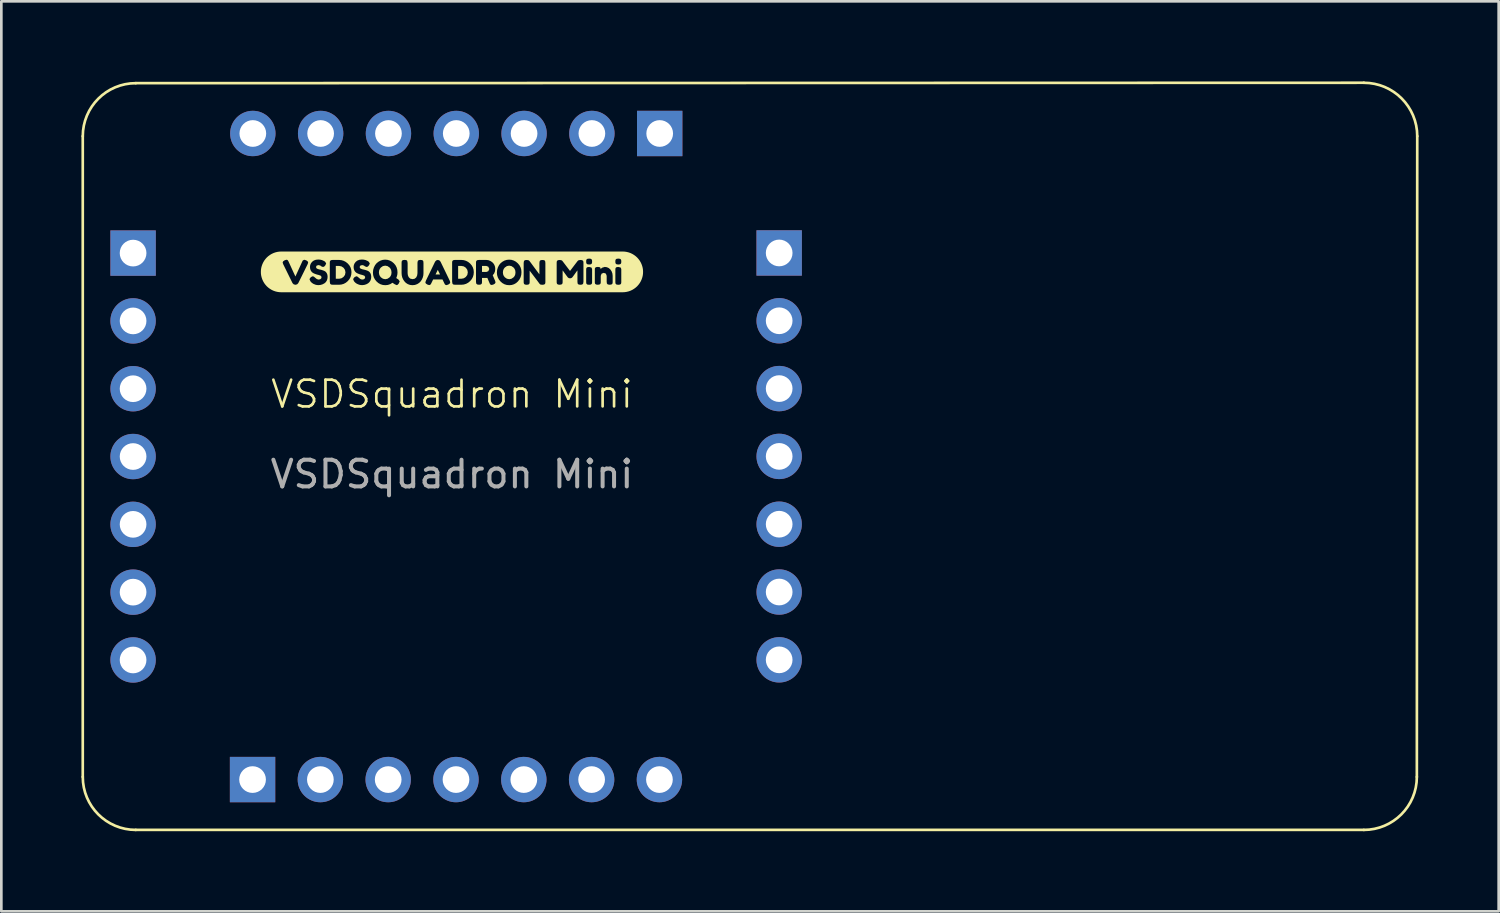
<source format=kicad_pcb>
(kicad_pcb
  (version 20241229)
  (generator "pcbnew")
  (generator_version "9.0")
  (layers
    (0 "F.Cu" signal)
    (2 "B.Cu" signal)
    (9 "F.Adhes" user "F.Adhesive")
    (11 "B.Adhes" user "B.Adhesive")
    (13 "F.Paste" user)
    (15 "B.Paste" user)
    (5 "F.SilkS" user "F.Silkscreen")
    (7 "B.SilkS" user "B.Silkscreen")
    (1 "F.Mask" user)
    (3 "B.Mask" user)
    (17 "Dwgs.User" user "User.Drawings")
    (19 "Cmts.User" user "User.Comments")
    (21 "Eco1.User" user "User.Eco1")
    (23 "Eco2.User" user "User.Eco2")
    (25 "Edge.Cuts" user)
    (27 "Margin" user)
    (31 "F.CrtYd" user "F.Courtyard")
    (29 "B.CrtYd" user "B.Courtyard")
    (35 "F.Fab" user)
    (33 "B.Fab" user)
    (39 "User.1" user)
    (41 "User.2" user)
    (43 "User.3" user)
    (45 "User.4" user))
  (footprint "VSDSquadron Mini"
    (layer "F.Cu")
    (at 13.879 12.214)
    (property "Reference" "VSDSquadron Mini" (at 0 -0.5 0) (unlocked yes) (layer "F.SilkS") (effects (font (size 1 1) (thickness 0.1))))
    (attr smd)
    (fp_line (start -13.829 -10.164) (end -13.829 13.836) (stroke (width 0.1) (type default)) (layer "F.SilkS"))
    (fp_line (start -11.844 15.821) (end 34.156 15.821) (stroke (width 0.1) (type default)) (layer "F.SilkS"))
    (fp_line (start 34.156 -12.164) (end -11.844 -12.149) (stroke (width 0.1) (type default)) (layer "F.SilkS"))
    (fp_line (start 36.141 13.836) (end 36.156 -10.164) (stroke (width 0.1) (type default)) (layer "F.SilkS"))
    (fp_arc (start -13.82851 -10.163567) (mid -13.247134 -11.567134) (end -11.843567 -12.14851) (stroke (width 0.1) (type default)) (layer "F.SilkS"))
    (fp_arc (start -11.843567 15.821376) (mid -13.247134 15.24) (end -13.82851 13.836433) (stroke (width 0.1) (type default)) (layer "F.SilkS"))
    (fp_arc (start 34.156433 -12.163567) (mid 35.570647 -11.577781) (end 36.156433 -10.163567) (stroke (width 0.1) (type default)) (layer "F.SilkS"))
    (fp_arc (start 36.141376 13.836433) (mid 35.56 15.24) (end 34.156433 15.821376) (stroke (width 0.1) (type default)) (layer "F.SilkS"))
    (fp_poly (pts (xy -0.531 -5.157) (xy -0.615 -4.983) (xy -0.446 -4.983) (xy -0.531 -5.157)) (stroke (width 0) (type solid)) (fill yes) (layer "F.SilkS"))
    (fp_poly (pts (xy 1.125 -5.078) (xy 1.288 -5.078) (xy 1.361 -5.106) (xy 1.398 -5.19) (xy 1.361 -5.274) (xy 1.285 -5.303) (xy 1.125 -5.303) (xy 1.125 -5.078)) (stroke (width 0) (type solid)) (fill yes) (layer "F.SilkS"))
    (fp_poly (pts (xy -4.229 -5.303) (xy -4.351 -5.303) (xy -4.351 -4.823) (xy -4.228 -4.823) (xy -4.141 -4.84) (xy -4.063 -4.891) (xy -4.007 -4.967) (xy -3.989 -5.062) (xy -4.007 -5.156) (xy -4.061 -5.234) (xy -4.139 -5.286) (xy -4.229 -5.303)) (stroke (width 0) (type solid)) (fill yes) (layer "F.SilkS"))
    (fp_poly (pts (xy 0.353 -5.303) (xy 0.231 -5.303) (xy 0.231 -4.823) (xy 0.354 -4.823) (xy 0.441 -4.84) (xy 0.519 -4.891) (xy 0.575 -4.967) (xy 0.593 -5.062) (xy 0.575 -5.156) (xy 0.521 -5.234) (xy 0.443 -5.286) (xy 0.353 -5.303)) (stroke (width 0) (type solid)) (fill yes) (layer "F.SilkS"))
    (fp_poly (pts (xy -2.736 -5.06) (xy -2.727 -4.99) (xy -2.703 -4.929) (xy -2.663 -4.877) (xy -2.585 -4.824) (xy -2.499 -4.806) (xy -2.414 -4.823) (xy -2.337 -4.875) (xy -2.297 -4.926) (xy -2.272 -4.987) (xy -2.264 -5.059) (xy -2.273 -5.131) (xy -2.297 -5.193) (xy -2.337 -5.244) (xy -2.415 -5.297) (xy -2.501 -5.314) (xy -2.586 -5.297) (xy -2.663 -5.244) (xy -2.703 -5.192) (xy -2.728 -5.131) (xy -2.736 -5.06)) (stroke (width 0) (type solid)) (fill yes) (layer "F.SilkS"))
    (fp_poly (pts (xy 1.908 -5.06) (xy 1.916 -4.99) (xy 1.94 -4.929) (xy 1.981 -4.877) (xy 2.058 -4.824) (xy 2.144 -4.806) (xy 2.229 -4.823) (xy 2.306 -4.875) (xy 2.347 -4.926) (xy 2.371 -4.987) (xy 2.379 -5.059) (xy 2.371 -5.131) (xy 2.346 -5.193) (xy 2.306 -5.244) (xy 2.228 -5.297) (xy 2.142 -5.314) (xy 2.057 -5.297) (xy 1.98 -5.244) (xy 1.94 -5.192) (xy 1.916 -5.131) (xy 1.908 -5.06)) (stroke (width 0) (type solid)) (fill yes) (layer "F.SilkS"))
    (fp_poly (pts (xy -6.342 -5.843) (xy -6.395 -5.843) (xy -6.47 -5.839) (xy -6.544 -5.828) (xy -6.617 -5.81) (xy -6.687 -5.785) (xy -6.755 -5.753) (xy -6.819 -5.714) (xy -6.879 -5.67) (xy -6.935 -5.62) (xy -6.985 -5.564) (xy -7.03 -5.504) (xy -7.068 -5.44) (xy -7.1 -5.372) (xy -7.125 -5.302) (xy -7.144 -5.229) (xy -7.155 -5.155) (xy -7.158 -5.08) (xy -7.155 -5.005) (xy -7.144 -4.931) (xy -7.125 -4.858) (xy -7.1 -4.788) (xy -7.068 -4.72) (xy -7.03 -4.656) (xy -6.985 -4.596) (xy -6.935 -4.54) (xy -6.879 -4.49) (xy -6.819 -4.446) (xy -6.755 -4.407) (xy -6.687 -4.375) (xy -6.617 -4.35) (xy -6.544 -4.332) (xy -6.47 -4.321) (xy -6.395 -4.317) (xy -6.342 -4.317) (xy -5.857 -4.317) (xy -5.857 -4.598) (xy -5.87 -4.598) (xy -5.93 -4.615) (xy -5.973 -4.66) (xy -6.323 -5.371) (xy -6.342 -5.432) (xy -6.324 -5.475) (xy -6.267 -5.514) (xy -6.203 -5.535) (xy -6.17 -5.53) (xy -6.148 -5.512) (xy -6.127 -5.479) (xy -6.11 -5.443) (xy -6.078 -5.373) (xy -6.037 -5.284) (xy -5.994 -5.189) (xy -5.95 -5.093) (xy -5.909 -5.004) (xy -5.877 -4.936) (xy -5.864 -4.907) (xy -5.61 -5.463) (xy -5.592 -5.501) (xy -5.536 -5.535) (xy -5.461 -5.514) (xy -5.405 -5.475) (xy -5.386 -5.432) (xy -5.405 -5.371) (xy -5.756 -4.66) (xy -5.798 -4.615) (xy -5.857 -4.598) (xy -5.857 -4.317) (xy -4.997 -4.317) (xy -4.997 -4.584) (xy -5.056 -4.588) (xy -5.11 -4.599) (xy -5.197 -4.635) (xy -5.254 -4.675) (xy -5.291 -4.714) (xy -5.302 -4.728) (xy -5.335 -4.801) (xy -5.322 -4.838) (xy -5.281 -4.886) (xy -5.213 -4.917) (xy -5.171 -4.901) (xy -5.114 -4.853) (xy -5.063 -4.812) (xy -5.003 -4.792) (xy -4.937 -4.803) (xy -4.898 -4.835) (xy -4.884 -4.889) (xy -4.917 -4.938) (xy -4.997 -4.966) (xy -5.048 -4.978) (xy -5.102 -4.995) (xy -5.156 -5.016) (xy -5.206 -5.041) (xy -5.25 -5.076) (xy -5.286 -5.126) (xy -5.311 -5.189) (xy -5.319 -5.265) (xy -5.31 -5.336) (xy -5.282 -5.401) (xy -5.236 -5.46) (xy -5.173 -5.506) (xy -5.098 -5.534) (xy -5.009 -5.543) (xy -4.936 -5.538) (xy -4.87 -5.523) (xy -4.783 -5.483) (xy -4.751 -5.459) (xy -4.712 -5.397) (xy -4.742 -5.327) (xy -4.786 -5.279) (xy -4.831 -5.264) (xy -4.897 -5.289) (xy -4.912 -5.302) (xy -4.931 -5.318) (xy -4.999 -5.335) (xy -5.068 -5.315) (xy -5.095 -5.26) (xy -5.063 -5.204) (xy -4.982 -5.175) (xy -4.932 -5.165) (xy -4.877 -5.151) (xy -4.822 -5.133) (xy -4.771 -5.112) (xy -4.727 -5.081) (xy -4.691 -5.033) (xy -4.666 -4.97) (xy -4.658 -4.894) (xy -4.667 -4.816) (xy -4.691 -4.749) (xy -4.729 -4.693) (xy -4.778 -4.651) (xy -4.848 -4.614) (xy -4.921 -4.592) (xy -4.997 -4.584) (xy -4.997 -4.317) (xy -4.232 -4.317) (xy -4.232 -4.598) (xy -4.464 -4.598) (xy -4.527 -4.606) (xy -4.561 -4.63) (xy -4.576 -4.711) (xy -4.576 -5.417) (xy -4.574 -5.462) (xy -4.562 -5.495) (xy -4.528 -5.52) (xy -4.463 -5.529) (xy -4.228 -5.528) (xy -4.139 -5.519) (xy -4.055 -5.494) (xy -3.977 -5.453) (xy -3.904 -5.395) (xy -3.843 -5.325) (xy -3.799 -5.247) (xy -3.773 -5.162) (xy -3.764 -5.069) (xy -3.773 -4.975) (xy -3.798 -4.889) (xy -3.841 -4.809) (xy -3.901 -4.736) (xy -3.973 -4.676) (xy -4.052 -4.633) (xy -4.138 -4.607) (xy -4.232 -4.598) (xy -4.232 -4.317) (xy -3.363 -4.317) (xy -3.363 -4.584) (xy -3.421 -4.588) (xy -3.476 -4.599) (xy -3.562 -4.635) (xy -3.619 -4.675) (xy -3.656 -4.714) (xy -3.668 -4.728) (xy -3.701 -4.801) (xy -3.687 -4.838) (xy -3.646 -4.886) (xy -3.579 -4.917) (xy -3.536 -4.901) (xy -3.48 -4.853) (xy -3.429 -4.812) (xy -3.368 -4.792) (xy -3.302 -4.803) (xy -3.263 -4.835) (xy -3.25 -4.889) (xy -3.282 -4.938) (xy -3.363 -4.966) (xy -3.413 -4.978) (xy -3.467 -4.995) (xy -3.521 -5.016) (xy -3.571 -5.041) (xy -3.616 -5.076) (xy -3.652 -5.126) (xy -3.676 -5.189) (xy -3.684 -5.265) (xy -3.675 -5.336) (xy -3.647 -5.401) (xy -3.601 -5.46) (xy -3.539 -5.506) (xy -3.463 -5.534) (xy -3.374 -5.543) (xy -3.302 -5.538) (xy -3.235 -5.523) (xy -3.148 -5.483) (xy -3.117 -5.459) (xy -3.077 -5.397) (xy -3.108 -5.327) (xy -3.152 -5.279) (xy -3.197 -5.264) (xy -3.263 -5.289) (xy -3.277 -5.302) (xy -3.297 -5.318) (xy -3.365 -5.335) (xy -3.433 -5.315) (xy -3.461 -5.26) (xy -3.428 -5.204) (xy -3.348 -5.175) (xy -3.297 -5.165) (xy -3.242 -5.151) (xy -3.187 -5.133) (xy -3.137 -5.112) (xy -3.093 -5.081) (xy -3.056 -5.033) (xy -3.032 -4.97) (xy -3.024 -4.894) (xy -3.032 -4.816) (xy -3.057 -4.749) (xy -3.095 -4.693) (xy -3.143 -4.651) (xy -3.213 -4.614) (xy -3.287 -4.592) (xy -3.363 -4.584) (xy -3.363 -4.317) (xy -2.493 -4.317) (xy -2.493 -4.582) (xy -2.588 -4.59) (xy -2.674 -4.616) (xy -2.754 -4.66) (xy -2.825 -4.721) (xy -2.884 -4.794) (xy -2.927 -4.874) (xy -2.952 -4.961) (xy -2.96 -5.054) (xy -2.951 -5.156) (xy -2.922 -5.251) (xy -2.878 -5.336) (xy -2.821 -5.406) (xy -2.752 -5.461) (xy -2.675 -5.504) (xy -2.591 -5.53) (xy -2.504 -5.539) (xy -2.414 -5.531) (xy -2.329 -5.505) (xy -2.25 -5.463) (xy -2.178 -5.403) (xy -2.117 -5.331) (xy -2.074 -5.249) (xy -2.048 -5.159) (xy -2.04 -5.059) (xy -2.045 -4.989) (xy -2.061 -4.919) (xy -2.087 -4.849) (xy -2.003 -4.792) (xy -1.957 -4.727) (xy -1.995 -4.64) (xy -2.034 -4.598) (xy -2.073 -4.584) (xy -2.146 -4.618) (xy -2.182 -4.642) (xy -2.228 -4.673) (xy -2.31 -4.622) (xy -2.398 -4.592) (xy -2.493 -4.582) (xy -2.493 -4.317) (xy -1.479 -4.317) (xy -1.479 -4.582) (xy -1.572 -4.592) (xy -1.655 -4.622) (xy -1.727 -4.669) (xy -1.784 -4.729) (xy -1.829 -4.798) (xy -1.862 -4.872) (xy -1.881 -4.951) (xy -1.887 -5.034) (xy -1.887 -5.416) (xy -1.885 -5.461) (xy -1.873 -5.495) (xy -1.839 -5.521) (xy -1.774 -5.529) (xy -1.709 -5.521) (xy -1.676 -5.495) (xy -1.661 -5.415) (xy -1.661 -5.034) (xy -1.652 -4.958) (xy -1.623 -4.886) (xy -1.566 -4.829) (xy -1.476 -4.808) (xy -1.395 -4.825) (xy -1.337 -4.876) (xy -1.303 -4.95) (xy -1.292 -5.035) (xy -1.292 -5.424) (xy -1.279 -5.493) (xy -1.242 -5.521) (xy -1.182 -5.529) (xy -1.124 -5.523) (xy -1.091 -5.507) (xy -1.074 -5.481) (xy -1.067 -5.415) (xy -1.067 -5.031) (xy -1.073 -4.949) (xy -1.093 -4.871) (xy -1.125 -4.797) (xy -1.171 -4.726) (xy -1.229 -4.668) (xy -1.302 -4.622) (xy -1.386 -4.592) (xy -1.479 -4.582) (xy -1.479 -4.317) (xy -0.205 -4.317) (xy -0.205 -4.584) (xy -0.246 -4.595) (xy -0.269 -4.62) (xy -0.288 -4.658) (xy -0.354 -4.795) (xy -0.706 -4.795) (xy -0.772 -4.658) (xy -0.792 -4.621) (xy -0.815 -4.597) (xy -0.855 -4.585) (xy -0.923 -4.607) (xy -0.979 -4.645) (xy -0.997 -4.688) (xy -0.975 -4.753) (xy -0.632 -5.463) (xy -0.59 -5.51) (xy -0.53 -5.528) (xy -0.47 -5.511) (xy -0.428 -5.462) (xy -0.085 -4.753) (xy -0.064 -4.688) (xy -0.082 -4.645) (xy -0.137 -4.606) (xy -0.205 -4.584) (xy -0.205 -4.317) (xy 0.351 -4.317) (xy 0.351 -4.598) (xy 0.118 -4.598) (xy 0.055 -4.606) (xy 0.022 -4.63) (xy 0.006 -4.711) (xy 0.006 -5.417) (xy 0.008 -5.462) (xy 0.02 -5.495) (xy 0.054 -5.52) (xy 0.119 -5.529) (xy 0.354 -5.528) (xy 0.444 -5.519) (xy 0.527 -5.494) (xy 0.606 -5.453) (xy 0.678 -5.395) (xy 0.739 -5.325) (xy 0.783 -5.247) (xy 0.809 -5.162) (xy 0.818 -5.069) (xy 0.809 -4.975) (xy 0.784 -4.889) (xy 0.741 -4.809) (xy 0.681 -4.736) (xy 0.609 -4.676) (xy 0.53 -4.633) (xy 0.444 -4.607) (xy 0.351 -4.598) (xy 0.351 -4.317) (xy 1.488 -4.317) (xy 1.488 -4.589) (xy 1.447 -4.601) (xy 1.424 -4.626) (xy 1.407 -4.662) (xy 1.374 -4.739) (xy 1.325 -4.856) (xy 1.285 -4.853) (xy 1.125 -4.853) (xy 1.125 -4.71) (xy 1.123 -4.666) (xy 1.111 -4.632) (xy 1.078 -4.607) (xy 1.012 -4.598) (xy 0.942 -4.61) (xy 0.908 -4.645) (xy 0.9 -4.711) (xy 0.9 -5.416) (xy 0.902 -5.46) (xy 0.914 -5.493) (xy 0.948 -5.519) (xy 1.013 -5.528) (xy 1.288 -5.528) (xy 1.362 -5.519) (xy 1.434 -5.492) (xy 1.505 -5.446) (xy 1.551 -5.4) (xy 1.589 -5.34) (xy 1.614 -5.269) (xy 1.622 -5.19) (xy 1.611 -5.1) (xy 1.579 -5.021) (xy 1.527 -4.954) (xy 1.549 -4.902) (xy 1.577 -4.835) (xy 1.613 -4.754) (xy 1.632 -4.688) (xy 1.612 -4.644) (xy 1.553 -4.607) (xy 1.488 -4.589) (xy 1.488 -4.317) (xy 2.146 -4.317) (xy 2.146 -4.582) (xy 2.053 -4.59) (xy 1.968 -4.616) (xy 1.889 -4.66) (xy 1.818 -4.721) (xy 1.759 -4.794) (xy 1.717 -4.874) (xy 1.691 -4.961) (xy 1.683 -5.054) (xy 1.692 -5.156) (xy 1.721 -5.251) (xy 1.765 -5.336) (xy 1.822 -5.406) (xy 1.891 -5.461) (xy 1.968 -5.504) (xy 2.052 -5.53) (xy 2.139 -5.539) (xy 2.23 -5.531) (xy 2.314 -5.505) (xy 2.393 -5.463) (xy 2.465 -5.403) (xy 2.526 -5.331) (xy 2.569 -5.251) (xy 2.595 -5.163) (xy 2.603 -5.066) (xy 2.595 -4.969) (xy 2.57 -4.88) (xy 2.529 -4.798) (xy 2.471 -4.723) (xy 2.402 -4.661) (xy 2.324 -4.617) (xy 2.239 -4.59) (xy 2.146 -4.582) (xy 2.146 -4.317) (xy 3.386 -4.317) (xy 3.386 -4.597) (xy 3.317 -4.604) (xy 3.285 -4.629) (xy 3.196 -4.748) (xy 3.117 -4.853) (xy 3.049 -4.943) (xy 2.991 -5.019) (xy 2.945 -5.08) (xy 2.91 -5.126) (xy 2.91 -4.709) (xy 2.908 -4.664) (xy 2.896 -4.631) (xy 2.862 -4.605) (xy 2.797 -4.597) (xy 2.733 -4.605) (xy 2.7 -4.631) (xy 2.688 -4.665) (xy 2.686 -4.71) (xy 2.686 -5.418) (xy 2.698 -5.489) (xy 2.734 -5.519) (xy 2.797 -5.526) (xy 2.857 -5.519) (xy 2.888 -5.504) (xy 2.917 -5.471) (xy 3.002 -5.356) (xy 3.076 -5.255) (xy 3.141 -5.168) (xy 3.195 -5.095) (xy 3.24 -5.035) (xy 3.275 -4.989) (xy 3.275 -5.418) (xy 3.287 -5.489) (xy 3.324 -5.519) (xy 3.384 -5.526) (xy 3.442 -5.52) (xy 3.475 -5.505) (xy 3.491 -5.478) (xy 3.499 -5.413) (xy 3.499 -4.709) (xy 3.497 -4.664) (xy 3.485 -4.631) (xy 3.451 -4.605) (xy 3.386 -4.597) (xy 3.386 -4.317) (xy 4.816 -4.317) (xy 4.816 -4.598) (xy 4.757 -4.604) (xy 4.724 -4.62) (xy 4.707 -4.645) (xy 4.7 -4.711) (xy 4.7 -5.137) (xy 4.661 -5.086) (xy 4.608 -5.011) (xy 4.558 -4.942) (xy 4.53 -4.904) (xy 4.507 -4.874) (xy 4.476 -4.851) (xy 4.423 -4.837) (xy 4.371 -4.85) (xy 4.337 -4.876) (xy 4.327 -4.89) (xy 4.289 -4.94) (xy 4.227 -5.025) (xy 4.169 -5.105) (xy 4.145 -5.137) (xy 4.145 -4.709) (xy 4.143 -4.665) (xy 4.131 -4.632) (xy 4.097 -4.607) (xy 4.032 -4.598) (xy 3.969 -4.607) (xy 3.936 -4.632) (xy 3.924 -4.665) (xy 3.922 -4.711) (xy 3.922 -5.416) (xy 3.924 -5.46) (xy 3.936 -5.493) (xy 3.97 -5.518) (xy 4.035 -5.526) (xy 4.094 -5.518) (xy 4.126 -5.501) (xy 4.134 -5.493) (xy 4.422 -5.115) (xy 4.503 -5.221) (xy 4.572 -5.312) (xy 4.63 -5.388) (xy 4.676 -5.448) (xy 4.71 -5.492) (xy 4.747 -5.518) (xy 4.813 -5.526) (xy 4.878 -5.518) (xy 4.911 -5.492) (xy 4.923 -5.458) (xy 4.925 -5.413) (xy 4.925 -4.709) (xy 4.913 -4.639) (xy 4.877 -4.606) (xy 4.816 -4.598) (xy 4.816 -4.317) (xy 5.137 -4.317) (xy 5.137 -4.597) (xy 5.073 -4.605) (xy 5.039 -4.631) (xy 5.029 -4.664) (xy 5.027 -4.709) (xy 5.027 -5.154) (xy 5.029 -5.198) (xy 5.039 -5.232) (xy 5.073 -5.257) (xy 5.138 -5.265) (xy 5.138 -5.356) (xy 5.074 -5.364) (xy 5.04 -5.391) (xy 5.029 -5.424) (xy 5.027 -5.468) (xy 5.029 -5.512) (xy 5.039 -5.544) (xy 5.073 -5.57) (xy 5.138 -5.578) (xy 5.203 -5.57) (xy 5.235 -5.544) (xy 5.247 -5.511) (xy 5.249 -5.467) (xy 5.247 -5.423) (xy 5.236 -5.39) (xy 5.202 -5.364) (xy 5.138 -5.356) (xy 5.138 -5.265) (xy 5.138 -5.265) (xy 5.225 -5.243) (xy 5.248 -5.189) (xy 5.249 -5.152) (xy 5.249 -4.707) (xy 5.247 -4.663) (xy 5.235 -4.63) (xy 5.202 -4.605) (xy 5.137 -4.597) (xy 5.137 -4.317) (xy 5.907 -4.317) (xy 5.907 -4.598) (xy 5.836 -4.61) (xy 5.803 -4.645) (xy 5.795 -4.71) (xy 5.795 -4.933) (xy 5.765 -5.015) (xy 5.685 -5.044) (xy 5.604 -5.013) (xy 5.573 -4.933) (xy 5.573 -4.709) (xy 5.571 -4.665) (xy 5.559 -4.632) (xy 5.526 -4.607) (xy 5.461 -4.598) (xy 5.397 -4.607) (xy 5.363 -4.632) (xy 5.352 -4.666) (xy 5.351 -4.71) (xy 5.351 -5.159) (xy 5.352 -5.202) (xy 5.364 -5.234) (xy 5.398 -5.258) (xy 5.462 -5.266) (xy 5.525 -5.259) (xy 5.558 -5.237) (xy 5.57 -5.185) (xy 5.593 -5.21) (xy 5.627 -5.237) (xy 5.723 -5.266) (xy 5.803 -5.255) (xy 5.873 -5.223) (xy 5.934 -5.169) (xy 5.981 -5.099) (xy 6.009 -5.02) (xy 6.019 -4.932) (xy 6.019 -4.709) (xy 6.017 -4.665) (xy 6.006 -4.632) (xy 5.972 -4.607) (xy 5.907 -4.598) (xy 5.907 -4.317) (xy 6.231 -4.317) (xy 6.231 -4.597) (xy 6.166 -4.605) (xy 6.133 -4.631) (xy 6.122 -4.664) (xy 6.12 -4.709) (xy 6.12 -5.154) (xy 6.122 -5.198) (xy 6.133 -5.232) (xy 6.166 -5.257) (xy 6.231 -5.265) (xy 6.231 -5.356) (xy 6.167 -5.364) (xy 6.133 -5.391) (xy 6.122 -5.424) (xy 6.12 -5.468) (xy 6.122 -5.512) (xy 6.133 -5.544) (xy 6.166 -5.57) (xy 6.232 -5.578) (xy 6.296 -5.57) (xy 6.328 -5.544) (xy 6.34 -5.511) (xy 6.342 -5.467) (xy 6.34 -5.423) (xy 6.329 -5.39) (xy 6.295 -5.364) (xy 6.231 -5.356) (xy 6.231 -5.265) (xy 6.232 -5.265) (xy 6.318 -5.243) (xy 6.341 -5.189) (xy 6.342 -5.152) (xy 6.342 -4.707) (xy 6.34 -4.663) (xy 6.328 -4.63) (xy 6.296 -4.605) (xy 6.231 -4.597) (xy 6.231 -4.317) (xy 6.342 -4.317) (xy 6.395 -4.317) (xy 6.47 -4.321) (xy 6.544 -4.332) (xy 6.617 -4.35) (xy 6.687 -4.375) (xy 6.755 -4.407) (xy 6.819 -4.446) (xy 6.879 -4.49) (xy 6.935 -4.54) (xy 6.985 -4.596) (xy 7.03 -4.656) (xy 7.068 -4.72) (xy 7.1 -4.788) (xy 7.125 -4.858) (xy 7.144 -4.931) (xy 7.155 -5.005) (xy 7.158 -5.08) (xy 7.155 -5.155) (xy 7.144 -5.229) (xy 7.125 -5.302) (xy 7.1 -5.372) (xy 7.068 -5.44) (xy 7.03 -5.504) (xy 6.985 -5.564) (xy 6.935 -5.62) (xy 6.879 -5.67) (xy 6.819 -5.714) (xy 6.755 -5.753) (xy 6.687 -5.785) (xy 6.617 -5.81) (xy 6.544 -5.828) (xy 6.47 -5.839) (xy 6.395 -5.843) (xy 6.342 -5.843) (xy -6.342 -5.843)) (stroke (width 0) (type solid)) (fill yes) (layer "F.SilkS"))
    (fp_text user "${REFERENCE}" (at 0 2.5 0) (unlocked yes) (layer "F.Fab") (effects (font (size 1 1) (thickness 0.15))))
    (pad "1" thru_hole rect (at -11.944 -5.784) (size 1.7 1.7) (drill 1) (layers "*.Cu" "*.Mask"))
    (pad "2" thru_hole oval (at -11.944 -3.244) (size 1.7 1.7) (drill 1) (layers "*.Cu" "*.Mask"))
    (pad "3" thru_hole oval (at -11.944 -0.704) (size 1.7 1.7) (drill 1) (layers "*.Cu" "*.Mask"))
    (pad "4" thru_hole oval (at -11.944 1.836) (size 1.7 1.7) (drill 1) (layers "*.Cu" "*.Mask"))
    (pad "5" thru_hole oval (at -11.944 4.376) (size 1.7 1.7) (drill 1) (layers "*.Cu" "*.Mask"))
    (pad "6" thru_hole oval (at -11.944 6.916) (size 1.7 1.7) (drill 1) (layers "*.Cu" "*.Mask"))
    (pad "7" thru_hole oval (at -11.944 9.456) (size 1.7 1.7) (drill 1) (layers "*.Cu" "*.Mask"))
    (pad "8" thru_hole rect (at -7.469 13.936 90) (size 1.7 1.7) (drill 1) (layers "*.Cu" "*.Mask"))
    (pad "9" thru_hole oval (at -4.929 13.936 90) (size 1.7 1.7) (drill 1) (layers "*.Cu" "*.Mask"))
    (pad "10" thru_hole oval (at -2.389 13.936 90) (size 1.7 1.7) (drill 1) (layers "*.Cu" "*.Mask"))
    (pad "11" thru_hole oval (at 0.151 13.936 90) (size 1.7 1.7) (drill 1) (layers "*.Cu" "*.Mask"))
    (pad "12" thru_hole oval (at 2.691 13.936 90) (size 1.7 1.7) (drill 1) (layers "*.Cu" "*.Mask"))
    (pad "13" thru_hole oval (at 5.231 13.936 90) (size 1.7 1.7) (drill 1) (layers "*.Cu" "*.Mask"))
    (pad "14" thru_hole oval (at 7.771 13.936 90) (size 1.7 1.7) (drill 1) (layers "*.Cu" "*.Mask"))
    (pad "15" thru_hole oval (at 12.256 9.451) (size 1.7 1.7) (drill 1) (layers "*.Cu" "*.Mask"))
    (pad "16" thru_hole oval (at 12.256 6.911) (size 1.7 1.7) (drill 1) (layers "*.Cu" "*.Mask"))
    (pad "17" thru_hole oval (at 12.256 4.371) (size 1.7 1.7) (drill 1) (layers "*.Cu" "*.Mask"))
    (pad "18" thru_hole oval (at 12.256 1.831) (size 1.7 1.7) (drill 1) (layers "*.Cu" "*.Mask"))
    (pad "19" thru_hole oval (at 12.256 -0.709) (size 1.7 1.7) (drill 1) (layers "*.Cu" "*.Mask"))
    (pad "20" thru_hole oval (at 12.256 -3.249) (size 1.7 1.7) (drill 1) (layers "*.Cu" "*.Mask"))
    (pad "21" thru_hole rect (at 12.256 -5.789) (size 1.7 1.7) (drill 1) (layers "*.Cu" "*.Mask"))
    (pad "22" thru_hole rect (at 7.781 -10.264 270) (size 1.7 1.7) (drill 1) (layers "*.Cu" "*.Mask"))
    (pad "23" thru_hole oval (at 5.241 -10.264 270) (size 1.7 1.7) (drill 1) (layers "*.Cu" "*.Mask"))
    (pad "24" thru_hole oval (at 2.701 -10.264 270) (size 1.7 1.7) (drill 1) (layers "*.Cu" "*.Mask"))
    (pad "25" thru_hole oval (at 0.161 -10.264 270) (size 1.7 1.7) (drill 1) (layers "*.Cu" "*.Mask"))
    (pad "26" thru_hole oval (at -2.379 -10.264 270) (size 1.7 1.7) (drill 1) (layers "*.Cu" "*.Mask"))
    (pad "27" thru_hole oval (at -4.919 -10.264 270) (size 1.7 1.7) (drill 1) (layers "*.Cu" "*.Mask"))
    (pad "28" thru_hole oval (at -7.459 -10.264 270) (size 1.7 1.7) (drill 1) (layers "*.Cu" "*.Mask")))
  (gr_rect
    (start -3 -3)
    (end 53.085 31.085)
    (stroke (width 0.1) (type default))
    (fill no)
    (layer "Edge.Cuts")))
</source>
